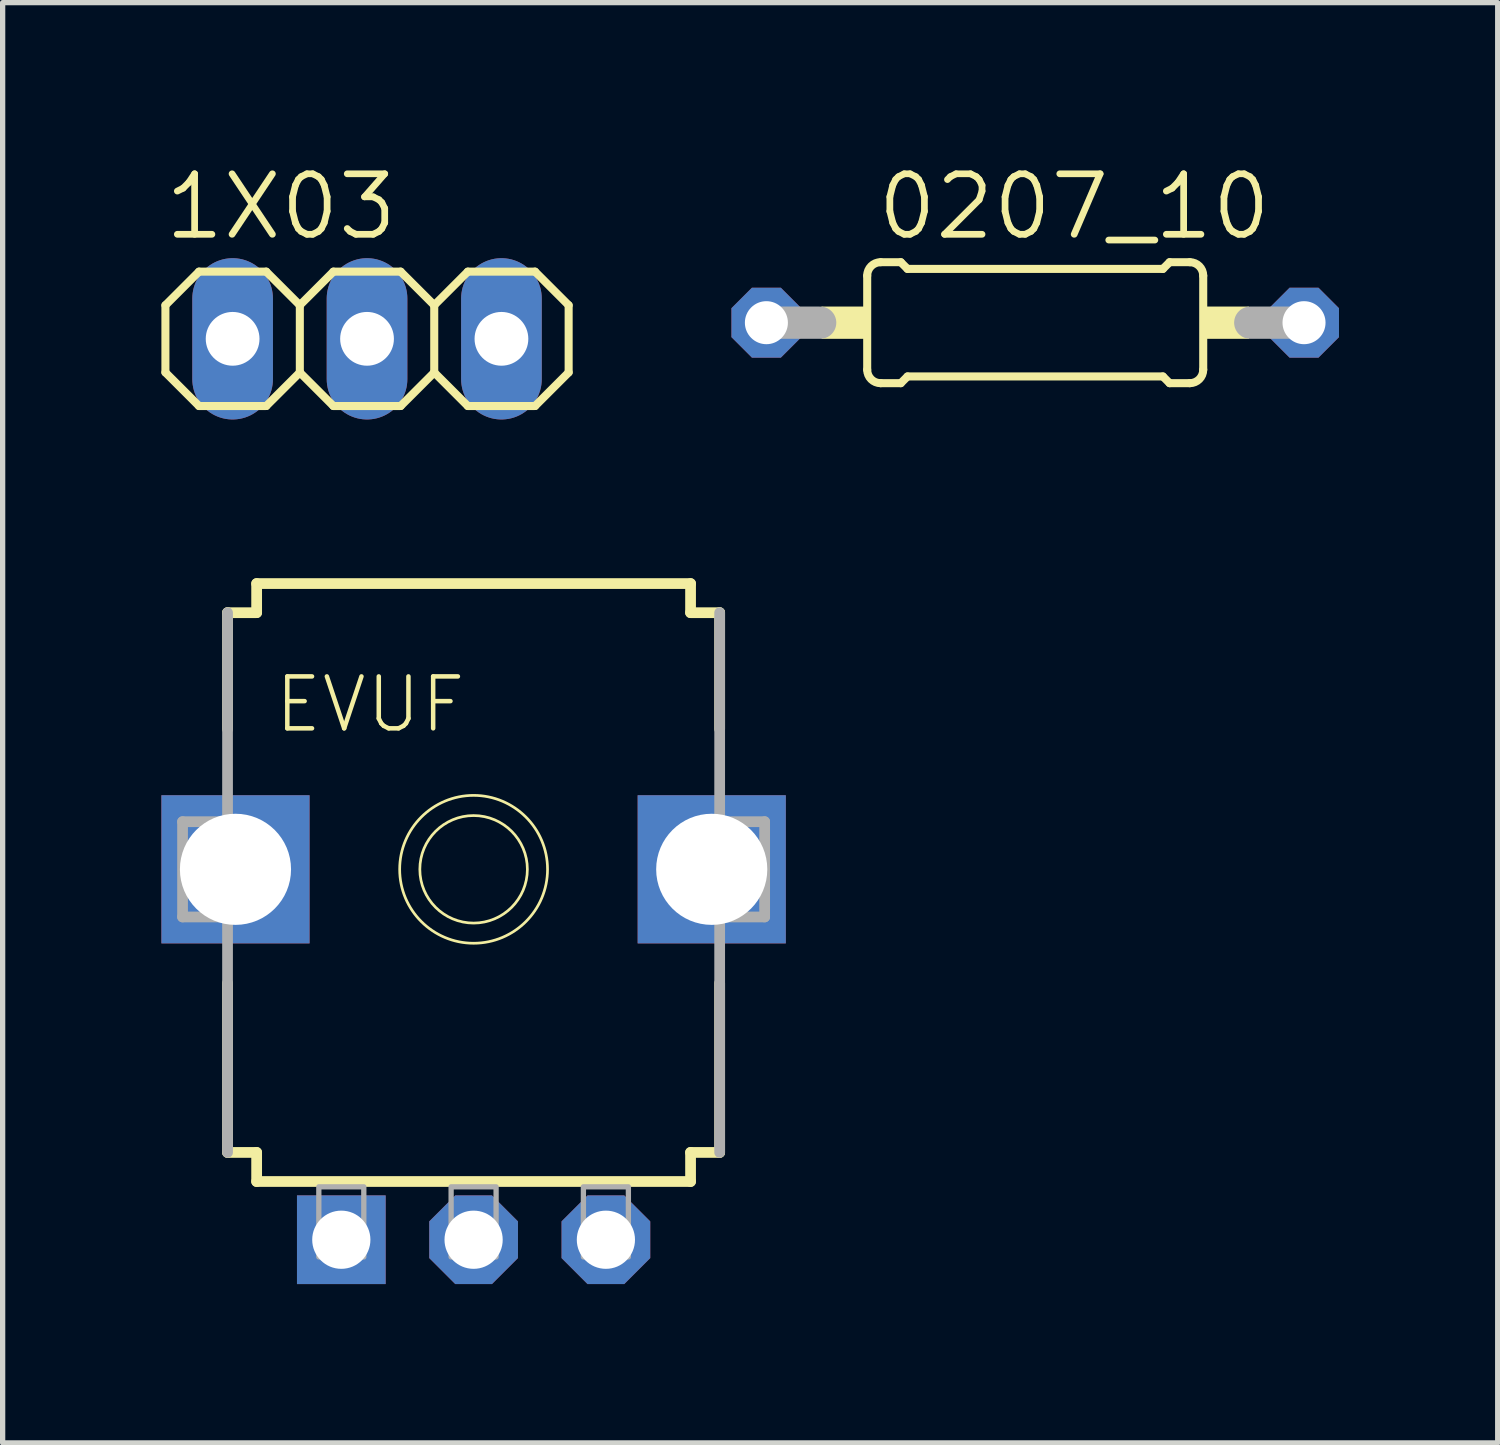
<source format=kicad_pcb>
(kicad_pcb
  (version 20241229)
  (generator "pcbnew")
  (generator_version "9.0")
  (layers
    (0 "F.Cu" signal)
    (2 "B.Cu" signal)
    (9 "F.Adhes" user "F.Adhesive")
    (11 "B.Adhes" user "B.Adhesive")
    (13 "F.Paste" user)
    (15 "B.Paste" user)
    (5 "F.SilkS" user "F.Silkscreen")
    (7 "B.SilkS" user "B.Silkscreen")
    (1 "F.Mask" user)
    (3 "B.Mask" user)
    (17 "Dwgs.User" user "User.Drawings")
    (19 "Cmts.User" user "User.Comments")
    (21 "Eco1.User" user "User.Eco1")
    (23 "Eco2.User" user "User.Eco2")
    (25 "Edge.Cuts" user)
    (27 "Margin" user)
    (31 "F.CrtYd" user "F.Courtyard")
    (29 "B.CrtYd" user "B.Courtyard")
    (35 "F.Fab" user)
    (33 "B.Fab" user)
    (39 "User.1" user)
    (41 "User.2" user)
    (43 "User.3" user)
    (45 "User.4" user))
  (footprint "EVUF"
    (layer "F.Cu")
    (at 5.9 13.378)
    (property "Reference" "EVUF" (at -3.81 -2.54 0) (unlocked yes) (layer "F.SilkS") (effects (font (size 0.981 0.981) (thickness 0.085)) (justify left bottom)))
    (fp_line (start -4.65 -2.65) (end -4.65 -4.85) (stroke (width 0.203) (type solid)) (layer "F.SilkS"))
    (fp_line (start -4.65 5.35) (end -4.65 2.15) (stroke (width 0.203) (type solid)) (layer "F.SilkS"))
    (fp_line (start -4.65 5.35) (end -4.1 5.35) (stroke (width 0.203) (type solid)) (layer "F.SilkS"))
    (fp_line (start -4.1 -5.4) (end -4.1 -4.85) (stroke (width 0.203) (type solid)) (layer "F.SilkS"))
    (fp_line (start -4.1 -5.4) (end 4.1 -5.4) (stroke (width 0.203) (type solid)) (layer "F.SilkS"))
    (fp_line (start -4.1 -4.85) (end -4.65 -4.85) (stroke (width 0.203) (type solid)) (layer "F.SilkS"))
    (fp_line (start -4.1 5.35) (end -4.1 5.9) (stroke (width 0.203) (type solid)) (layer "F.SilkS"))
    (fp_line (start 4.1 -4.85) (end 4.1 -5.4) (stroke (width 0.203) (type solid)) (layer "F.SilkS"))
    (fp_line (start 4.1 5.35) (end 4.65 5.35) (stroke (width 0.203) (type solid)) (layer "F.SilkS"))
    (fp_line (start 4.1 5.9) (end -4.1 5.9) (stroke (width 0.203) (type solid)) (layer "F.SilkS"))
    (fp_line (start 4.1 5.9) (end 4.1 5.35) (stroke (width 0.203) (type solid)) (layer "F.SilkS"))
    (fp_line (start 4.65 -4.85) (end 4.1 -4.85) (stroke (width 0.203) (type solid)) (layer "F.SilkS"))
    (fp_line (start 4.65 -4.85) (end 4.65 -2.65) (stroke (width 0.203) (type solid)) (layer "F.SilkS"))
    (fp_line (start 4.65 2.15) (end 4.65 5.35) (stroke (width 0.203) (type solid)) (layer "F.SilkS"))
    (fp_circle (center 0 0) (end 1.016 0) (stroke (width 0.051) (type solid)) (fill no) (layer "F.SilkS"))
    (fp_circle (center 0 0) (end 1.397 0) (stroke (width 0.051) (type solid)) (fill no) (layer "F.SilkS"))
    (fp_line (start -5.5 -0.9) (end -5.5 0.9) (stroke (width 0.203) (type solid)) (layer "F.Fab"))
    (fp_line (start -5.5 0.9) (end -4.75 0.9) (stroke (width 0.203) (type solid)) (layer "F.Fab"))
    (fp_line (start -4.75 -0.9) (end -5.5 -0.9) (stroke (width 0.203) (type solid)) (layer "F.Fab"))
    (fp_line (start -4.65 5.35) (end -4.65 -4.85) (stroke (width 0.203) (type solid)) (layer "F.Fab"))
    (fp_line (start 4.65 -4.85) (end 4.65 5.35) (stroke (width 0.203) (type solid)) (layer "F.Fab"))
    (fp_line (start 4.75 0.9) (end 5.5 0.9) (stroke (width 0.203) (type solid)) (layer "F.Fab"))
    (fp_line (start 5.5 -0.9) (end 4.75 -0.9) (stroke (width 0.203) (type solid)) (layer "F.Fab"))
    (fp_line (start 5.5 0.9) (end 5.5 -0.9) (stroke (width 0.203) (type solid)) (layer "F.Fab"))
    (fp_poly (pts (xy -2.925 7.325) (xy -2.075 7.325) (xy -2.075 6) (xy -2.925 6)) (stroke (width 0.1) (type default)) (fill no) (layer "F.Fab"))
    (fp_poly (pts (xy -0.425 7.325) (xy 0.425 7.325) (xy 0.425 6) (xy -0.425 6)) (stroke (width 0.1) (type default)) (fill no) (layer "F.Fab"))
    (fp_poly (pts (xy 2.075 7.325) (xy 2.925 7.325) (xy 2.925 6) (xy 2.075 6)) (stroke (width 0.1) (type default)) (fill no) (layer "F.Fab"))
    (pad "1" thru_hole rect (at -2.5 7 270) (size 1.676 1.676) (drill 1.1) (layers "*.Cu" "*.Mask"))
    (pad "2" thru_hole roundrect (at 0 7 270) (size 1.676 1.676) (drill 1.1) (layers "*.Cu" "*.Mask") (roundrect_rratio 0.25) (chamfer_ratio 0.293) (chamfer top_left top_right bottom_left bottom_right))
    (pad "3" thru_hole roundrect (at 2.5 7 270) (size 1.676 1.676) (drill 1.1) (layers "*.Cu" "*.Mask") (roundrect_rratio 0.25) (chamfer_ratio 0.293) (chamfer top_left top_right bottom_left bottom_right))
    (pad "M1" thru_hole rect (at 4.5 0 270) (size 2.8 2.8) (drill 2.1) (layers "*.Cu" "*.Mask"))
    (pad "M2" thru_hole rect (at -4.5 0 270) (size 2.8 2.8) (drill 2.1) (layers "*.Cu" "*.Mask")))
  (footprint "0207_10"
    (layer "F.Cu")
    (at 16.513 3.048)
    (property "Reference" "0207_10" (at -3.048 -1.524 0) (unlocked yes) (layer "F.SilkS") (effects (font (size 1.143 1.143) (thickness 0.127)) (justify left bottom)))
    (fp_line (start -3.175 0.889) (end -3.175 -0.889) (stroke (width 0.152) (type solid)) (layer "F.SilkS"))
    (fp_line (start -2.921 -1.143) (end -2.54 -1.143) (stroke (width 0.152) (type solid)) (layer "F.SilkS"))
    (fp_line (start -2.921 1.143) (end -2.54 1.143) (stroke (width 0.152) (type solid)) (layer "F.SilkS"))
    (fp_line (start -2.413 -1.016) (end -2.54 -1.143) (stroke (width 0.152) (type solid)) (layer "F.SilkS"))
    (fp_line (start -2.413 1.016) (end -2.54 1.143) (stroke (width 0.152) (type solid)) (layer "F.SilkS"))
    (fp_line (start 2.413 -1.016) (end -2.413 -1.016) (stroke (width 0.152) (type solid)) (layer "F.SilkS"))
    (fp_line (start 2.413 -1.016) (end 2.54 -1.143) (stroke (width 0.152) (type solid)) (layer "F.SilkS"))
    (fp_line (start 2.413 1.016) (end -2.413 1.016) (stroke (width 0.152) (type solid)) (layer "F.SilkS"))
    (fp_line (start 2.413 1.016) (end 2.54 1.143) (stroke (width 0.152) (type solid)) (layer "F.SilkS"))
    (fp_line (start 2.921 -1.143) (end 2.54 -1.143) (stroke (width 0.152) (type solid)) (layer "F.SilkS"))
    (fp_line (start 2.921 1.143) (end 2.54 1.143) (stroke (width 0.152) (type solid)) (layer "F.SilkS"))
    (fp_line (start 3.175 0.889) (end 3.175 -0.889) (stroke (width 0.152) (type solid)) (layer "F.SilkS"))
    (fp_arc (start -3.175 -0.889) (mid -3.100605 -1.068605) (end -2.921 -1.143) (stroke (width 0.1524) (type solid)) (layer "F.SilkS"))
    (fp_arc (start -2.921 1.143) (mid -3.100605 1.068605) (end -3.175 0.889) (stroke (width 0.1524) (type solid)) (layer "F.SilkS"))
    (fp_arc (start 2.921 -1.143) (mid 3.100605 -1.068605) (end 3.175 -0.889) (stroke (width 0.1524) (type solid)) (layer "F.SilkS"))
    (fp_arc (start 3.175 0.889) (mid 3.100605 1.068605) (end 2.921 1.143) (stroke (width 0.1524) (type solid)) (layer "F.SilkS"))
    (fp_poly (pts (xy -4.039 0.305) (xy -3.175 0.305) (xy -3.175 -0.305) (xy -4.039 -0.305)) (stroke (width 0) (type default)) (fill yes) (layer "F.SilkS"))
    (fp_poly (pts (xy 3.175 0.305) (xy 4.039 0.305) (xy 4.039 -0.305) (xy 3.175 -0.305)) (stroke (width 0) (type default)) (fill yes) (layer "F.SilkS"))
    (fp_line (start -5.08 0) (end -4.064 0) (stroke (width 0.61) (type solid)) (layer "F.Fab"))
    (fp_line (start 5.08 0) (end 4.064 0) (stroke (width 0.61) (type solid)) (layer "F.Fab"))
    (pad "1" thru_hole roundrect (at -5.08 0) (size 1.321 1.321) (drill 0.813) (layers "*.Cu" "*.Mask") (roundrect_rratio 0.25) (chamfer_ratio 0.293) (chamfer top_left top_right bottom_left bottom_right))
    (pad "2" thru_hole roundrect (at 5.08 0) (size 1.321 1.321) (drill 0.813) (layers "*.Cu" "*.Mask") (roundrect_rratio 0.25) (chamfer_ratio 0.293) (chamfer top_left top_right bottom_left bottom_right)))
  (footprint "1X03"
    (layer "F.Cu")
    (at 3.886 3.353)
    (property "Reference" "1X03" (at -3.886 -1.829 0) (unlocked yes) (layer "F.SilkS") (effects (font (size 1.143 1.143) (thickness 0.127)) (justify left bottom)))
    (fp_line (start -3.81 -0.635) (end -3.81 0.635) (stroke (width 0.152) (type solid)) (layer "F.SilkS"))
    (fp_line (start -3.81 0.635) (end -3.175 1.27) (stroke (width 0.152) (type solid)) (layer "F.SilkS"))
    (fp_line (start -3.175 -1.27) (end -3.81 -0.635) (stroke (width 0.152) (type solid)) (layer "F.SilkS"))
    (fp_line (start -3.175 -1.27) (end -1.905 -1.27) (stroke (width 0.152) (type solid)) (layer "F.SilkS"))
    (fp_line (start -1.905 -1.27) (end -1.27 -0.635) (stroke (width 0.152) (type solid)) (layer "F.SilkS"))
    (fp_line (start -1.905 1.27) (end -3.175 1.27) (stroke (width 0.152) (type solid)) (layer "F.SilkS"))
    (fp_line (start -1.27 -0.635) (end -1.27 0.635) (stroke (width 0.152) (type solid)) (layer "F.SilkS"))
    (fp_line (start -1.27 -0.635) (end -0.635 -1.27) (stroke (width 0.152) (type solid)) (layer "F.SilkS"))
    (fp_line (start -1.27 0.635) (end -1.905 1.27) (stroke (width 0.152) (type solid)) (layer "F.SilkS"))
    (fp_line (start -0.635 -1.27) (end 0.635 -1.27) (stroke (width 0.152) (type solid)) (layer "F.SilkS"))
    (fp_line (start -0.635 1.27) (end -1.27 0.635) (stroke (width 0.152) (type solid)) (layer "F.SilkS"))
    (fp_line (start 0.635 -1.27) (end 1.27 -0.635) (stroke (width 0.152) (type solid)) (layer "F.SilkS"))
    (fp_line (start 0.635 1.27) (end -0.635 1.27) (stroke (width 0.152) (type solid)) (layer "F.SilkS"))
    (fp_line (start 1.27 -0.635) (end 1.27 0.635) (stroke (width 0.152) (type solid)) (layer "F.SilkS"))
    (fp_line (start 1.27 -0.635) (end 1.905 -1.27) (stroke (width 0.152) (type solid)) (layer "F.SilkS"))
    (fp_line (start 1.27 0.635) (end 0.635 1.27) (stroke (width 0.152) (type solid)) (layer "F.SilkS"))
    (fp_line (start 1.905 -1.27) (end 3.175 -1.27) (stroke (width 0.152) (type solid)) (layer "F.SilkS"))
    (fp_line (start 1.905 1.27) (end 1.27 0.635) (stroke (width 0.152) (type solid)) (layer "F.SilkS"))
    (fp_line (start 3.175 -1.27) (end 3.81 -0.635) (stroke (width 0.152) (type solid)) (layer "F.SilkS"))
    (fp_line (start 3.175 1.27) (end 1.905 1.27) (stroke (width 0.152) (type solid)) (layer "F.SilkS"))
    (fp_line (start 3.81 -0.635) (end 3.81 0.635) (stroke (width 0.152) (type solid)) (layer "F.SilkS"))
    (fp_line (start 3.81 0.635) (end 3.175 1.27) (stroke (width 0.152) (type solid)) (layer "F.SilkS"))
    (fp_poly (pts (xy -2.794 0.254) (xy -2.286 0.254) (xy -2.286 -0.254) (xy -2.794 -0.254)) (stroke (width 0.1) (type default)) (fill no) (layer "F.Fab"))
    (fp_poly (pts (xy -0.254 0.254) (xy 0.254 0.254) (xy 0.254 -0.254) (xy -0.254 -0.254)) (stroke (width 0.1) (type default)) (fill no) (layer "F.Fab"))
    (fp_poly (pts (xy 2.286 0.254) (xy 2.794 0.254) (xy 2.794 -0.254) (xy 2.286 -0.254)) (stroke (width 0.1) (type default)) (fill no) (layer "F.Fab"))
    (pad "1" thru_hole oval (at -2.54 0 90) (size 3.048 1.524) (drill 1.016) (layers "*.Cu" "*.Mask"))
    (pad "2" thru_hole oval (at 0 0 90) (size 3.048 1.524) (drill 1.016) (layers "*.Cu" "*.Mask"))
    (pad "3" thru_hole oval (at 2.54 0 90) (size 3.048 1.524) (drill 1.016) (layers "*.Cu" "*.Mask")))
  (gr_rect
    (start -3 -3)
    (end 25.253 24.217)
    (stroke (width 0.1) (type default))
    (fill no)
    (layer "Edge.Cuts")))
</source>
